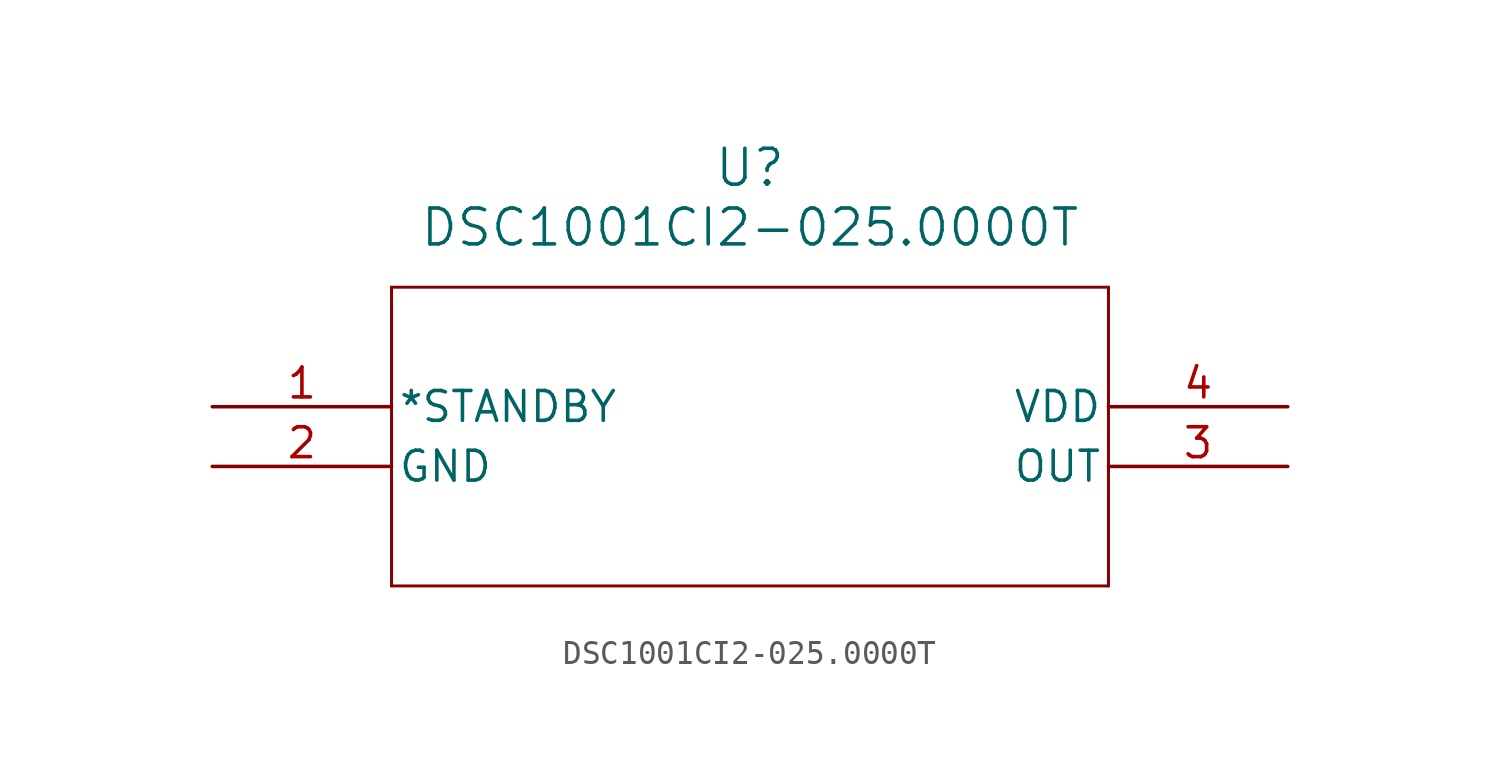
<source format=kicad_sym>
(kicad_symbol_lib
  (version 20211014)
  (generator kicad_symbol_editor)
  (symbol "DSC1001CI2-025.0000T"
    (pin_names
      (offset 0.254))
    (property "Reference" "U"
      (at 22.86 10.16 0)
      (effects (font (size 1.524 1.524))))
    (property "Value" "DSC1001CI2-025.0000T"
      (at 22.86 7.62 0)
      (effects (font (size 1.524 1.524))))
    (symbol "DSC1001CI2-025.0000T_0_1"
      (polyline (pts (xy 7.62 5.08) (xy 7.62 -7.62)) (stroke (width 0.127) (type default) (color 0 0 0 0)) (fill (type none)))
      (polyline (pts (xy 7.62 -7.62) (xy 38.1 -7.62)) (stroke (width 0.127) (type default) (color 0 0 0 0)) (fill (type none)))
      (polyline (pts (xy 38.1 -7.62) (xy 38.1 5.08)) (stroke (width 0.127) (type default) (color 0 0 0 0)) (fill (type none)))
      (polyline (pts (xy 38.1 5.08) (xy 7.62 5.08)) (stroke (width 0.127) (type default) (color 0 0 0 0)) (fill (type none)))
      (pin input line (at 0 0 0) (length 7.62) (name "*STANDBY" (effects (font (size 1.27 1.27)))) (number "1" (effects (font (size 1.27 1.27)))))
      (pin power_out line (at 0 -2.54 0) (length 7.62) (name "GND" (effects (font (size 1.27 1.27)))) (number "2" (effects (font (size 1.27 1.27)))))
      (pin output line (at 45.72 -2.54 180) (length 7.62) (name "OUT" (effects (font (size 1.27 1.27)))) (number "3" (effects (font (size 1.27 1.27)))))
      (pin power_in line (at 45.72 0 180) (length 7.62) (name "VDD" (effects (font (size 1.27 1.27)))) (number "4" (effects (font (size 1.27 1.27))))))))
</source>
